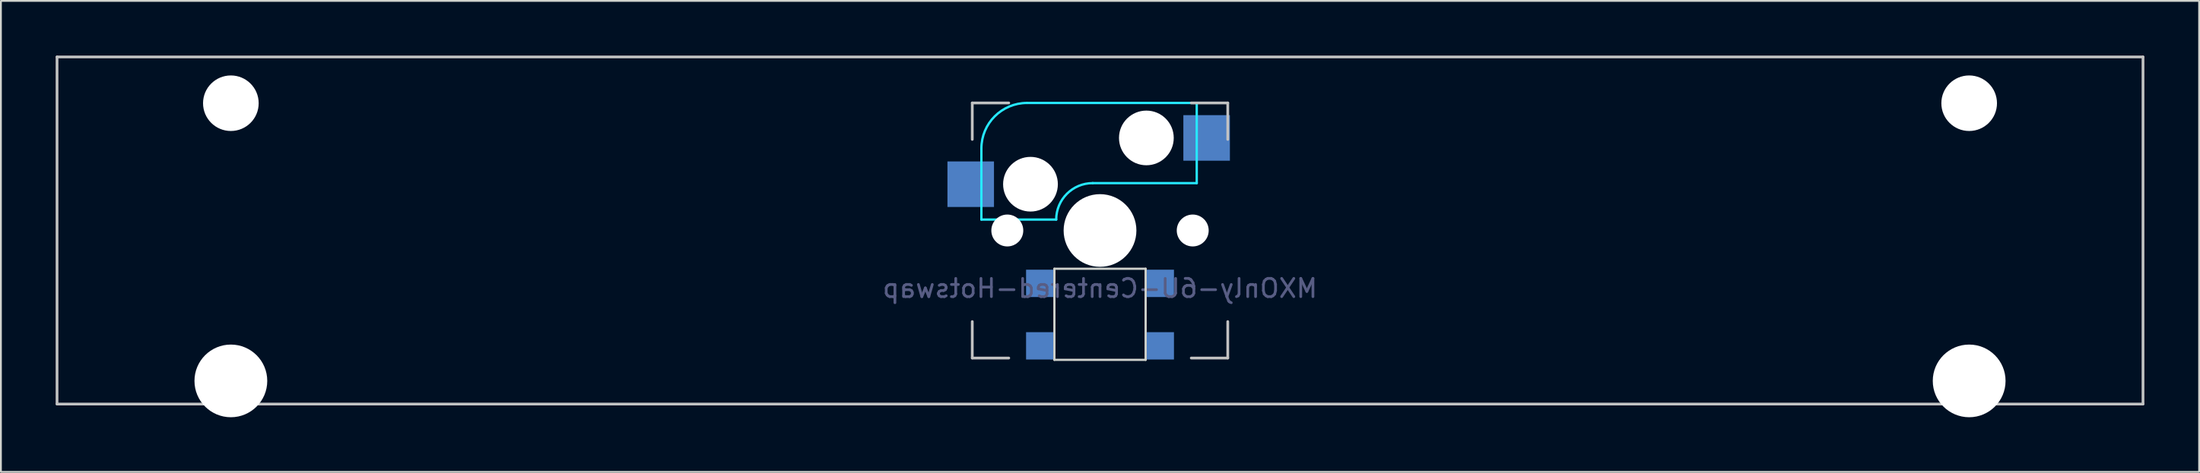
<source format=kicad_pcb>
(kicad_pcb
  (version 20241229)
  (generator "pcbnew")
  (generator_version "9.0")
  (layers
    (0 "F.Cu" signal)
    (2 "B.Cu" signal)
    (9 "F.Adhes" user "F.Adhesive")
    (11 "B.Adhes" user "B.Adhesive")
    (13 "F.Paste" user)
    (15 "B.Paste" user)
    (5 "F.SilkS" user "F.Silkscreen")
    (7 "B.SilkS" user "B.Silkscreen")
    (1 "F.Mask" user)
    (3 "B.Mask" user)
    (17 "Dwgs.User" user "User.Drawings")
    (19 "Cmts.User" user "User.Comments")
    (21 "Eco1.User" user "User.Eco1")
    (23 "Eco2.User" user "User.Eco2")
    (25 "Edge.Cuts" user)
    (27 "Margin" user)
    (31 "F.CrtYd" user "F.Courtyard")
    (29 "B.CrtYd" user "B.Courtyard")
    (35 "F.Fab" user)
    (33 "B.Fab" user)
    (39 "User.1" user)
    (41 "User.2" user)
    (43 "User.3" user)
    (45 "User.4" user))
  (footprint "MXOnly-6U-Centered-Hotswap"
    (layer "F.Cu")
    (at 57.225 9.6)
    (property "Reference" "MXOnly-6U-Centered-Hotswap" (at 0 3.175 0) (layer "B.Fab") (effects (font (size 1 1) (thickness 0.15)) (justify mirror)))
    (attr through_hole)
    (fp_line (start -57.15 -9.525) (end 57.15 -9.525) (stroke (width 0.15) (type solid)) (layer "Dwgs.User"))
    (fp_line (start -57.15 9.525) (end -57.15 -9.525) (stroke (width 0.15) (type solid)) (layer "Dwgs.User"))
    (fp_line (start -57.15 9.525) (end 57.15 9.525) (stroke (width 0.15) (type solid)) (layer "Dwgs.User"))
    (fp_line (start -7 -7) (end -7 -5) (stroke (width 0.15) (type solid)) (layer "Dwgs.User"))
    (fp_line (start -7 5) (end -7 7) (stroke (width 0.15) (type solid)) (layer "Dwgs.User"))
    (fp_line (start -7 7) (end -5 7) (stroke (width 0.15) (type solid)) (layer "Dwgs.User"))
    (fp_line (start -5 -7) (end -7 -7) (stroke (width 0.15) (type solid)) (layer "Dwgs.User"))
    (fp_line (start 5 -7) (end 7 -7) (stroke (width 0.15) (type solid)) (layer "Dwgs.User"))
    (fp_line (start 5 7) (end 7 7) (stroke (width 0.15) (type solid)) (layer "Dwgs.User"))
    (fp_line (start 7 -7) (end 7 -5) (stroke (width 0.15) (type solid)) (layer "Dwgs.User"))
    (fp_line (start 7 7) (end 7 5) (stroke (width 0.15) (type solid)) (layer "Dwgs.User"))
    (fp_line (start 57.15 -9.525) (end 57.15 9.525) (stroke (width 0.15) (type solid)) (layer "Dwgs.User"))
    (fp_line (start -2.5 2.1) (end 2.5 2.1) (stroke (width 0.12) (type solid)) (layer "Edge.Cuts"))
    (fp_line (start -2.5 7.1) (end -2.5 2.1) (stroke (width 0.12) (type solid)) (layer "Edge.Cuts"))
    (fp_line (start 2.5 2.1) (end 2.5 7.1) (stroke (width 0.12) (type solid)) (layer "Edge.Cuts"))
    (fp_line (start 2.5 7.1) (end -2.5 7.1) (stroke (width 0.12) (type solid)) (layer "Edge.Cuts"))
    (fp_line (start -6.5 -4.5) (end -6.5 -0.6) (stroke (width 0.127) (type solid)) (layer "B.CrtYd"))
    (fp_line (start -6.5 -0.6) (end -2.4 -0.6) (stroke (width 0.127) (type solid)) (layer "B.CrtYd"))
    (fp_line (start -0.4 -2.6) (end 5.3 -2.6) (stroke (width 0.127) (type solid)) (layer "B.CrtYd"))
    (fp_line (start 5.3 -7) (end -4 -7) (stroke (width 0.127) (type solid)) (layer "B.CrtYd"))
    (fp_line (start 5.3 -7) (end 5.3 -2.6) (stroke (width 0.127) (type solid)) (layer "B.CrtYd"))
    (fp_arc (start -6.5 -4.5) (mid -5.767767 -6.267767) (end -4 -7) (stroke (width 0.127) (type solid)) (layer "B.CrtYd"))
    (fp_arc (start -2.4 -0.6) (mid -1.814214 -2.014214) (end -0.4 -2.6) (stroke (width 0.127) (type solid)) (layer "B.CrtYd"))
    (pad "" np_thru_hole circle (at -47.625 -6.985) (size 3.048 3.048) (drill 3.048) (layers "*.Cu" "*.Mask"))
    (pad "" np_thru_hole circle (at -47.625 8.255) (size 3.988 3.988) (drill 3.988) (layers "*.Cu" "*.Mask"))
    (pad "" np_thru_hole circle (at -5.08 0 48.1) (size 1.75 1.75) (drill 1.75) (layers "*.Cu" "*.Mask"))
    (pad "" np_thru_hole circle (at -3.81 -2.54) (size 3 3) (drill 3) (layers "*.Cu" "*.Mask"))
    (pad "" np_thru_hole circle (at 0 0) (size 3.988 3.988) (drill 3.988) (layers "*.Cu" "*.Mask"))
    (pad "" np_thru_hole circle (at 2.54 -5.08) (size 3 3) (drill 3) (layers "*.Cu" "*.Mask"))
    (pad "" np_thru_hole circle (at 5.08 0 48.1) (size 1.75 1.75) (drill 1.75) (layers "*.Cu" "*.Mask"))
    (pad "" np_thru_hole circle (at 47.625 -6.985) (size 3.048 3.048) (drill 3.048) (layers "*.Cu" "*.Mask"))
    (pad "" np_thru_hole circle (at 47.625 8.255) (size 3.988 3.988) (drill 3.988) (layers "*.Cu" "*.Mask"))
    (pad "1" smd rect (at -7.085 -2.54) (size 2.55 2.5) (layers "B.Cu" "B.Mask" "B.Paste"))
    (pad "2" smd rect (at 5.842 -5.08) (size 2.55 2.5) (layers "B.Cu" "B.Mask" "B.Paste"))
    (pad "3" smd rect (at -3.302 2.902) (size 1.5 1.5) (layers "B.Cu" "B.Mask" "B.Paste"))
    (pad "4" smd rect (at -3.302 6.331) (size 1.5 1.5) (layers "B.Cu" "B.Mask" "B.Paste"))
    (pad "5" smd rect (at 3.302 2.902) (size 1.5 1.5) (layers "B.Cu" "B.Mask" "B.Paste"))
    (pad "6" smd rect (at 3.302 6.331) (size 1.5 1.5) (layers "B.Cu" "B.Mask" "B.Paste")))
  (gr_rect
    (start -3 -3)
    (end 117.45 22.849)
    (stroke (width 0.1) (type default))
    (fill no)
    (layer "Edge.Cuts")))
</source>
